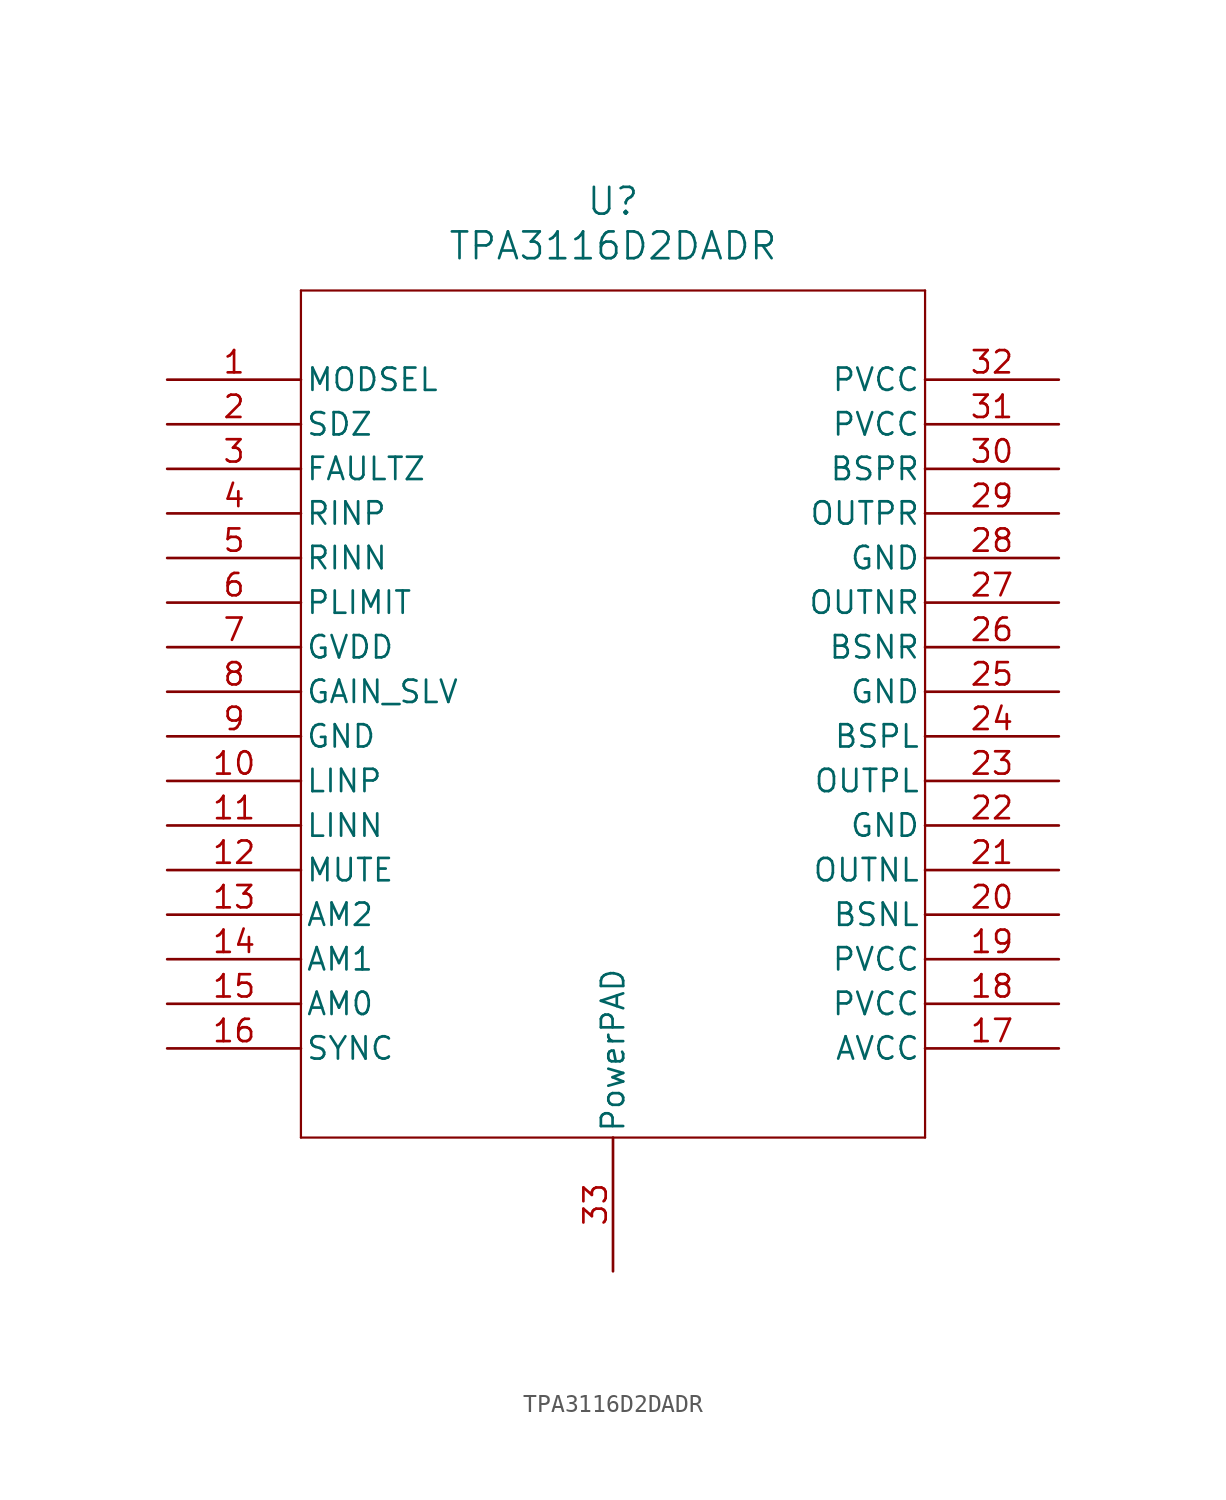
<source format=kicad_sym>
(kicad_symbol_lib
  (version 20220914)
  (generator kicad_symbol_editor)
  (symbol "TPA3116D2DADR"
    (pin_names
      (offset 0.254))
    (property "Reference" "U"
      (at 25.4 10.16 0)
      (effects (font (size 1.524 1.524))))
    (property "Value" "TPA3116D2DADR"
      (at 25.4 7.62 0)
      (effects (font (size 1.524 1.524))))
    (symbol "TPA3116D2DADR_0_1"
      (polyline (pts (xy 7.62 -43.18) (xy 43.18 -43.18)) (stroke (width 0.127) (type default)) (fill (type none)))
      (polyline (pts (xy 7.62 5.08) (xy 7.62 -43.18)) (stroke (width 0.127) (type default)) (fill (type none)))
      (polyline (pts (xy 43.18 -43.18) (xy 43.18 5.08)) (stroke (width 0.127) (type default)) (fill (type none)))
      (polyline (pts (xy 43.18 5.08) (xy 7.62 5.08)) (stroke (width 0.127) (type default)) (fill (type none)))
      (pin input line (at 0 0 0) (length 7.62) (name "MODSEL" (effects (font (size 1.27 1.27)))) (number "1" (effects (font (size 1.27 1.27)))))
      (pin input line (at 0 -22.86 0) (length 7.62) (name "LINP" (effects (font (size 1.27 1.27)))) (number "10" (effects (font (size 1.27 1.27)))))
      (pin input line (at 0 -25.4 0) (length 7.62) (name "LINN" (effects (font (size 1.27 1.27)))) (number "11" (effects (font (size 1.27 1.27)))))
      (pin input line (at 0 -27.94 0) (length 7.62) (name "MUTE" (effects (font (size 1.27 1.27)))) (number "12" (effects (font (size 1.27 1.27)))))
      (pin input line (at 0 -30.48 0) (length 7.62) (name "AM2" (effects (font (size 1.27 1.27)))) (number "13" (effects (font (size 1.27 1.27)))))
      (pin input line (at 0 -33.02 0) (length 7.62) (name "AM1" (effects (font (size 1.27 1.27)))) (number "14" (effects (font (size 1.27 1.27)))))
      (pin input line (at 0 -35.56 0) (length 7.62) (name "AM0" (effects (font (size 1.27 1.27)))) (number "15" (effects (font (size 1.27 1.27)))))
      (pin bidirectional line (at 0 -38.1 0) (length 7.62) (name "SYNC" (effects (font (size 1.27 1.27)))) (number "16" (effects (font (size 1.27 1.27)))))
      (pin power_in line (at 50.8 -38.1 180) (length 7.62) (name "AVCC" (effects (font (size 1.27 1.27)))) (number "17" (effects (font (size 1.27 1.27)))))
      (pin power_in line (at 50.8 -35.56 180) (length 7.62) (name "PVCC" (effects (font (size 1.27 1.27)))) (number "18" (effects (font (size 1.27 1.27)))))
      (pin power_in line (at 50.8 -33.02 180) (length 7.62) (name "PVCC" (effects (font (size 1.27 1.27)))) (number "19" (effects (font (size 1.27 1.27)))))
      (pin input line (at 0 -2.54 0) (length 7.62) (name "SDZ" (effects (font (size 1.27 1.27)))) (number "2" (effects (font (size 1.27 1.27)))))
      (pin power_in line (at 50.8 -25.4 180) (length 7.62) (name "GND" (effects (font (size 1.27 1.27)))) (number "22" (effects (font (size 1.27 1.27)))))
      (pin power_in line (at 50.8 -17.78 180) (length 7.62) (name "GND" (effects (font (size 1.27 1.27)))) (number "25" (effects (font (size 1.27 1.27)))))
      (pin power_in line (at 50.8 -10.16 180) (length 7.62) (name "GND" (effects (font (size 1.27 1.27)))) (number "28" (effects (font (size 1.27 1.27)))))
      (pin open_collector line (at 0 -5.08 0) (length 7.62) (name "FAULTZ" (effects (font (size 1.27 1.27)))) (number "3" (effects (font (size 1.27 1.27)))))
      (pin power_in line (at 50.8 -2.54 180) (length 7.62) (name "PVCC" (effects (font (size 1.27 1.27)))) (number "31" (effects (font (size 1.27 1.27)))))
      (pin power_in line (at 50.8 0 180) (length 7.62) (name "PVCC" (effects (font (size 1.27 1.27)))) (number "32" (effects (font (size 1.27 1.27)))))
      (pin input line (at 0 -7.62 0) (length 7.62) (name "RINP" (effects (font (size 1.27 1.27)))) (number "4" (effects (font (size 1.27 1.27)))))
      (pin input line (at 0 -10.16 0) (length 7.62) (name "RINN" (effects (font (size 1.27 1.27)))) (number "5" (effects (font (size 1.27 1.27)))))
      (pin input line (at 0 -12.7 0) (length 7.62) (name "PLIMIT" (effects (font (size 1.27 1.27)))) (number "6" (effects (font (size 1.27 1.27)))))
      (pin input line (at 0 -17.78 0) (length 7.62) (name "GAIN_SLV" (effects (font (size 1.27 1.27)))) (number "8" (effects (font (size 1.27 1.27)))))
      (pin power_in line (at 0 -20.32 0) (length 7.62) (name "GND" (effects (font (size 1.27 1.27)))) (number "9" (effects (font (size 1.27 1.27))))))
    (symbol "TPA3116D2DADR_1_1"
      (pin input line (at 50.8 -30.48 180) (length 7.62) (name "BSNL" (effects (font (size 1.27 1.27)))) (number "20" (effects (font (size 1.27 1.27)))))
      (pin output line (at 50.8 -27.94 180) (length 7.62) (name "OUTNL" (effects (font (size 1.27 1.27)))) (number "21" (effects (font (size 1.27 1.27)))))
      (pin output line (at 50.8 -22.86 180) (length 7.62) (name "OUTPL" (effects (font (size 1.27 1.27)))) (number "23" (effects (font (size 1.27 1.27)))))
      (pin input line (at 50.8 -20.32 180) (length 7.62) (name "BSPL" (effects (font (size 1.27 1.27)))) (number "24" (effects (font (size 1.27 1.27)))))
      (pin input line (at 50.8 -15.24 180) (length 7.62) (name "BSNR" (effects (font (size 1.27 1.27)))) (number "26" (effects (font (size 1.27 1.27)))))
      (pin output line (at 50.8 -12.7 180) (length 7.62) (name "OUTNR" (effects (font (size 1.27 1.27)))) (number "27" (effects (font (size 1.27 1.27)))))
      (pin output line (at 50.8 -7.62 180) (length 7.62) (name "OUTPR" (effects (font (size 1.27 1.27)))) (number "29" (effects (font (size 1.27 1.27)))))
      (pin input line (at 50.8 -5.08 180) (length 7.62) (name "BSPR" (effects (font (size 1.27 1.27)))) (number "30" (effects (font (size 1.27 1.27)))))
      (pin power_in line (at 25.4 -50.8 90) (length 7.62) (name "PowerPAD" (effects (font (size 1.27 1.27)))) (number "33" (effects (font (size 1.27 1.27)))))
      (pin power_out line (at 0 -15.24 0) (length 7.62) (name "GVDD" (effects (font (size 1.27 1.27)))) (number "7" (effects (font (size 1.27 1.27))))))))
</source>
